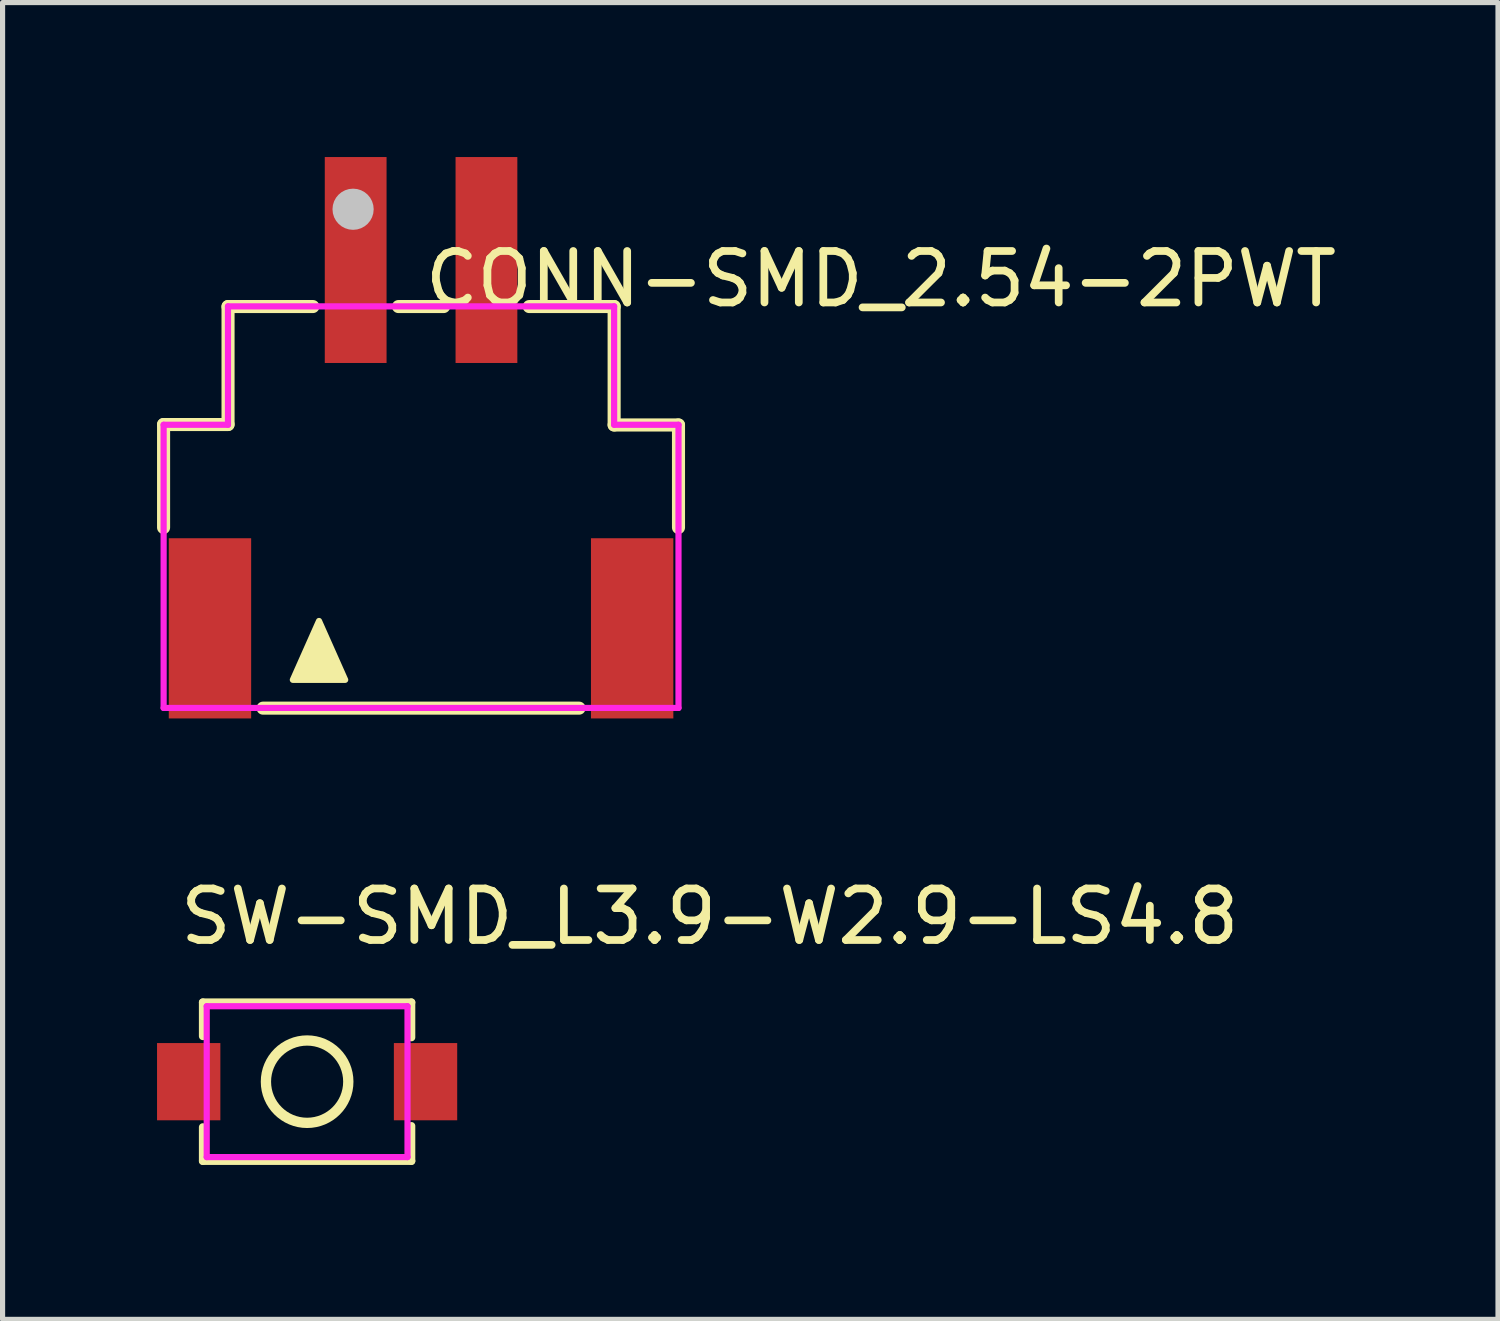
<source format=kicad_pcb>
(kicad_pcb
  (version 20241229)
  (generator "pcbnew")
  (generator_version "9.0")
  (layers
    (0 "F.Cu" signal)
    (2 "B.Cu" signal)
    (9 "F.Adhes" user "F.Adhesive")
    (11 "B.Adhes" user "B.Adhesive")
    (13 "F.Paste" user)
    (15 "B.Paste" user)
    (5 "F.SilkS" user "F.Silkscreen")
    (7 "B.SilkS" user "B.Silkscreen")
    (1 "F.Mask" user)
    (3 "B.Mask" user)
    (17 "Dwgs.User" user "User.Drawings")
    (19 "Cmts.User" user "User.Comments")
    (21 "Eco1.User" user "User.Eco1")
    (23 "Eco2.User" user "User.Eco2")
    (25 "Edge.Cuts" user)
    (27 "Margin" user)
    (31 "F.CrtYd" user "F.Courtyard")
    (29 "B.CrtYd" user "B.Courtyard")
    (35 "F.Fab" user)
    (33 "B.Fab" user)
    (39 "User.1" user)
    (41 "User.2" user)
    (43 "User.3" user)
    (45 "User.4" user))
  (footprint "SW-SMD_L3.9-W2.9-LS4.8"
    (layer "F.Cu")
    (at 2.915 17.959)
    (property "Reference" "SW-SMD_L3.9-W2.9-LS4.8" (at -2.54 -3.207 0) (layer "F.SilkS") (effects (font (size 1 1) (thickness 0.15)) (justify left)))
    (attr through_hole)
    (fp_line (start -2.026 -1.541) (end -2.026 -0.883) (stroke (width 0.152) (type solid)) (layer "F.SilkS"))
    (fp_line (start -2.026 1.541) (end -2.026 0.883) (stroke (width 0.152) (type solid)) (layer "F.SilkS"))
    (fp_line (start 2.026 -1.541) (end -2.026 -1.541) (stroke (width 0.152) (type solid)) (layer "F.SilkS"))
    (fp_line (start 2.026 -0.859) (end 2.026 -1.541) (stroke (width 0.15) (type solid)) (layer "F.SilkS"))
    (fp_line (start 2.026 1.541) (end -2.026 1.541) (stroke (width 0.152) (type solid)) (layer "F.SilkS"))
    (fp_line (start 2.026 1.541) (end 2.026 0.859) (stroke (width 0.15) (type solid)) (layer "F.SilkS"))
    (fp_circle (center 0 0) (end 0.8 0) (stroke (width 0.2) (type solid)) (fill no) (layer "F.SilkS"))
    (fp_circle (center -2.5 1.465) (end -2.47 1.465) (stroke (width 0.06) (type solid)) (fill no) (layer "Eco2.User"))
    (fp_poly (pts (xy -1.9 0.7) (xy -2.4 0.7) (xy -2.4 -0.7) (xy -1.9 -0.7)) (stroke (width 0.12) (type solid)) (fill no) (layer "Eco2.User"))
    (fp_poly (pts (xy 1.9 -0.7) (xy 2.4 -0.7) (xy 2.4 0.7) (xy 1.9 0.7)) (stroke (width 0.12) (type solid)) (fill no) (layer "Eco2.User"))
    (fp_line (start -1.95 -1.465) (end 1.95 -1.465) (stroke (width 0.12) (type solid)) (layer "F.CrtYd"))
    (fp_line (start -1.95 1.465) (end -1.95 -1.465) (stroke (width 0.12) (type solid)) (layer "F.CrtYd"))
    (fp_line (start 1.95 -1.465) (end 1.95 1.465) (stroke (width 0.12) (type solid)) (layer "F.CrtYd"))
    (fp_line (start 1.95 1.465) (end -1.95 1.465) (stroke (width 0.12) (type solid)) (layer "F.CrtYd"))
    (pad "1" smd rect (at -2.3 0) (size 1.23 1.5) (layers "F.Cu" "F.Mask" "F.Paste"))
    (pad "2" smd rect (at 2.3 0) (size 1.23 1.5) (layers "F.Cu" "F.Mask" "F.Paste")))
  (footprint "CONN-SMD_2.54-2PWT"
    (layer "F.Cu")
    (at 5.128 5.577)
    (property "Reference" "CONN-SMD_2.54-2PWT" (at 0 -3.207 0) (layer "F.SilkS") (effects (font (size 1 1) (thickness 0.15)) (justify left)))
    (attr through_hole)
    (fp_line (start -5.001 -0.382) (end -5.001 1.619) (stroke (width 0.254) (type solid)) (layer "F.SilkS"))
    (fp_line (start -3.749 -2.673) (end -3.749 -0.382) (stroke (width 0.254) (type solid)) (layer "F.SilkS"))
    (fp_line (start -3.749 -0.382) (end -5.001 -0.382) (stroke (width 0.254) (type solid)) (layer "F.SilkS"))
    (fp_line (start -3.069 5.127) (end 3.069 5.127) (stroke (width 0.254) (type solid)) (layer "F.SilkS"))
    (fp_line (start -2.101 -2.673) (end -3.749 -2.673) (stroke (width 0.254) (type solid)) (layer "F.SilkS"))
    (fp_line (start 0.439 -2.673) (end -0.439 -2.673) (stroke (width 0.254) (type solid)) (layer "F.SilkS"))
    (fp_line (start 3.75 -2.673) (end 2.101 -2.673) (stroke (width 0.254) (type solid)) (layer "F.SilkS"))
    (fp_line (start 3.75 -0.373) (end 3.75 -2.673) (stroke (width 0.254) (type solid)) (layer "F.SilkS"))
    (fp_line (start 5 -0.373) (end 3.75 -0.373) (stroke (width 0.254) (type solid)) (layer "F.SilkS"))
    (fp_line (start 5 -0.373) (end 5 1.619) (stroke (width 0.254) (type solid)) (layer "F.SilkS"))
    (fp_poly (pts (xy -2.49 4.577) (xy -1.601 4.577) (xy -1.474 4.577) (xy -1.982 3.434)) (stroke (width 0.12) (type solid)) (fill yes) (layer "F.SilkS"))
    (fp_circle (center -1.32 -4.563) (end -1.12 -4.563) (stroke (width 0.4) (type solid)) (fill no) (layer "Dwgs.User"))
    (fp_circle (center -5 -5.077) (end -4.97 -5.077) (stroke (width 0.06) (type solid)) (fill no) (layer "Eco2.User"))
    (fp_poly (pts (xy -4.3 2.723) (xy -3.9 2.723) (xy -3.9 5.123) (xy -4.3 5.123)) (stroke (width 0.12) (type solid)) (fill no) (layer "Eco2.User"))
    (fp_poly (pts (xy -1.59 -5.077) (xy -0.95 -5.077) (xy -0.95 -1.648) (xy -1.59 -1.648)) (stroke (width 0.12) (type solid)) (fill no) (layer "Eco2.User"))
    (fp_poly (pts (xy 0.95 -5.077) (xy 1.59 -5.077) (xy 1.59 -1.648) (xy 0.95 -1.648)) (stroke (width 0.12) (type solid)) (fill no) (layer "Eco2.User"))
    (fp_poly (pts (xy 3.9 2.723) (xy 4.3 2.723) (xy 4.3 5.123) (xy 3.9 5.123)) (stroke (width 0.12) (type solid)) (fill no) (layer "Eco2.User"))
    (fp_line (start -5 -0.377) (end -3.75 -0.377) (stroke (width 0.12) (type solid)) (layer "F.CrtYd"))
    (fp_line (start -5 5.123) (end -5 -0.377) (stroke (width 0.12) (type solid)) (layer "F.CrtYd"))
    (fp_line (start -3.75 -2.677) (end 3.75 -2.677) (stroke (width 0.12) (type solid)) (layer "F.CrtYd"))
    (fp_line (start -3.75 -0.377) (end -3.75 -2.677) (stroke (width 0.12) (type solid)) (layer "F.CrtYd"))
    (fp_line (start 3.75 -2.677) (end 3.75 -0.377) (stroke (width 0.12) (type solid)) (layer "F.CrtYd"))
    (fp_line (start 3.75 -0.377) (end 5 -0.377) (stroke (width 0.12) (type solid)) (layer "F.CrtYd"))
    (fp_line (start 5 -0.377) (end 5 5.123) (stroke (width 0.12) (type solid)) (layer "F.CrtYd"))
    (fp_line (start 5 5.123) (end -5 5.123) (stroke (width 0.12) (type solid)) (layer "F.CrtYd"))
    (pad "1" smd rect (at -1.27 -3.577) (size 1.2 4) (layers "F.Cu" "F.Mask" "F.Paste"))
    (pad "2" smd rect (at 1.27 -3.577) (size 1.2 4) (layers "F.Cu" "F.Mask" "F.Paste"))
    (pad "3" smd rect (at 4.1 3.577) (size 1.6 3.5) (layers "F.Cu" "F.Mask" "F.Paste"))
    (pad "4" smd rect (at -4.1 3.577) (size 1.6 3.5) (layers "F.Cu" "F.Mask" "F.Paste")))
  (gr_rect
    (start -3 -3)
    (end 26.045 22.576)
    (stroke (width 0.1) (type default))
    (fill no)
    (layer "Edge.Cuts")))
</source>
